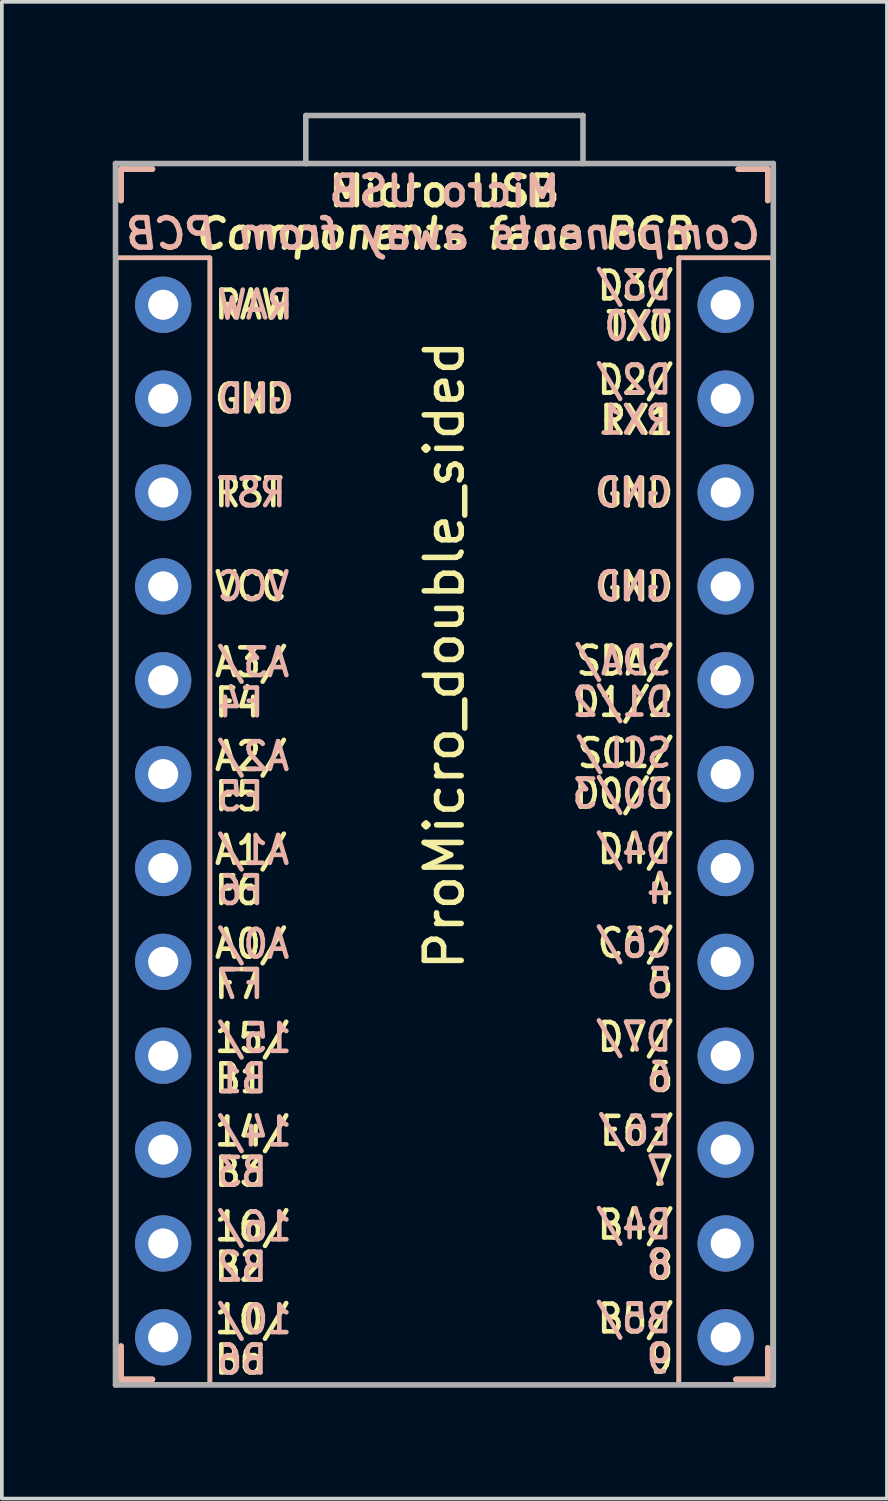
<source format=kicad_pcb>
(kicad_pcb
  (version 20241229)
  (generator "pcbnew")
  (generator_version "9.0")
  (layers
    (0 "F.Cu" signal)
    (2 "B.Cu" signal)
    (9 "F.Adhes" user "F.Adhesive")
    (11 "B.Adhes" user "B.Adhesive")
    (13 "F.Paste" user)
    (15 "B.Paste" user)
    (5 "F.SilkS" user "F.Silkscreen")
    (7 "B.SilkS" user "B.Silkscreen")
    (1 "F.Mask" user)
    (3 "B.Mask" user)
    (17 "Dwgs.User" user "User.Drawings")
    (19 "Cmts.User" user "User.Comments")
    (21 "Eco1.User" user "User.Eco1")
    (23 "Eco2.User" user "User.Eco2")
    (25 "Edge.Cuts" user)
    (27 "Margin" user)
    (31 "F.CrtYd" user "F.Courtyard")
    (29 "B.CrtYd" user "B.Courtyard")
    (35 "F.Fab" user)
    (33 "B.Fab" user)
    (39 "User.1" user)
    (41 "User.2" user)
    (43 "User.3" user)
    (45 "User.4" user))
  (footprint "ProMicro_double_sided"
    (layer "F.Cu")
    (at 8.975 19.675)
    (property "Reference" "ProMicro_double_sided" (at 0 -5 90) (layer "F.SilkS") (effects (font (size 1 1) (thickness 0.15))))
    (fp_line (start -8.89 -15.748) (end -6.35 -15.748) (stroke (width 0.12) (type solid)) (layer "F.SilkS"))
    (fp_line (start -8.89 14.732) (end -6.35 14.732) (stroke (width 0.12) (type solid)) (layer "F.SilkS"))
    (fp_line (start -8.881 -15.748) (end -8.881 14.732) (stroke (width 0.12) (type solid)) (layer "F.SilkS"))
    (fp_line (start -8.75 -18.15) (end -8.75 -17.3) (stroke (width 0.15) (type solid)) (layer "F.SilkS"))
    (fp_line (start -8.75 -18.15) (end -7.9 -18.15) (stroke (width 0.15) (type solid)) (layer "F.SilkS"))
    (fp_line (start -8.75 13.7) (end -8.75 14.6) (stroke (width 0.15) (type solid)) (layer "F.SilkS"))
    (fp_line (start -8.75 14.6) (end -7.9 14.6) (stroke (width 0.15) (type solid)) (layer "F.SilkS"))
    (fp_line (start -6.35 -15.748) (end -6.35 14.732) (stroke (width 0.12) (type solid)) (layer "F.SilkS"))
    (fp_line (start 6.339 -15.748) (end 6.339 14.732) (stroke (width 0.12) (type solid)) (layer "F.SilkS"))
    (fp_line (start 6.35 -15.748) (end 8.89 -15.748) (stroke (width 0.12) (type solid)) (layer "F.SilkS"))
    (fp_line (start 6.35 14.732) (end 8.89 14.732) (stroke (width 0.12) (type solid)) (layer "F.SilkS"))
    (fp_line (start 8.75 -18.15) (end 7.95 -18.15) (stroke (width 0.15) (type solid)) (layer "F.SilkS"))
    (fp_line (start 8.75 -18.15) (end 8.75 -17.3) (stroke (width 0.15) (type solid)) (layer "F.SilkS"))
    (fp_line (start 8.75 13.75) (end 8.75 14.6) (stroke (width 0.15) (type solid)) (layer "F.SilkS"))
    (fp_line (start 8.75 14.6) (end 7.89 14.6) (stroke (width 0.15) (type solid)) (layer "F.SilkS"))
    (fp_line (start 8.89 -15.748) (end 8.89 14.732) (stroke (width 0.12) (type solid)) (layer "F.SilkS"))
    (fp_line (start -8.89 -15.748) (end -8.89 14.732) (stroke (width 0.12) (type solid)) (layer "B.SilkS"))
    (fp_line (start -8.75 -18.15) (end -8.75 -17.3) (stroke (width 0.15) (type solid)) (layer "B.SilkS"))
    (fp_line (start -8.75 -18.15) (end -7.9 -18.15) (stroke (width 0.15) (type solid)) (layer "B.SilkS"))
    (fp_line (start -8.75 13.7) (end -8.75 14.6) (stroke (width 0.15) (type solid)) (layer "B.SilkS"))
    (fp_line (start -8.75 14.6) (end -7.9 14.6) (stroke (width 0.15) (type solid)) (layer "B.SilkS"))
    (fp_line (start -6.35 -15.748) (end -8.89 -15.748) (stroke (width 0.12) (type solid)) (layer "B.SilkS"))
    (fp_line (start -6.35 14.732) (end -8.89 14.732) (stroke (width 0.12) (type solid)) (layer "B.SilkS"))
    (fp_line (start -6.339 -15.748) (end -6.339 14.732) (stroke (width 0.12) (type solid)) (layer "B.SilkS"))
    (fp_line (start 6.35 -15.748) (end 6.35 14.732) (stroke (width 0.12) (type solid)) (layer "B.SilkS"))
    (fp_line (start 8.75 -18.15) (end 7.95 -18.15) (stroke (width 0.15) (type solid)) (layer "B.SilkS"))
    (fp_line (start 8.75 -18.15) (end 8.75 -17.3) (stroke (width 0.15) (type solid)) (layer "B.SilkS"))
    (fp_line (start 8.75 13.75) (end 8.75 14.6) (stroke (width 0.15) (type solid)) (layer "B.SilkS"))
    (fp_line (start 8.75 14.6) (end 7.89 14.6) (stroke (width 0.15) (type solid)) (layer "B.SilkS"))
    (fp_line (start 8.881 -15.748) (end 8.881 14.732) (stroke (width 0.12) (type solid)) (layer "B.SilkS"))
    (fp_line (start 8.89 -15.748) (end 6.35 -15.748) (stroke (width 0.12) (type solid)) (layer "B.SilkS"))
    (fp_line (start 8.89 14.732) (end 6.35 14.732) (stroke (width 0.12) (type solid)) (layer "B.SilkS"))
    (fp_line (start -8.9 -18.3) (end -3.75 -18.3) (stroke (width 0.15) (type solid)) (layer "F.Fab"))
    (fp_line (start -8.9 14.75) (end -8.9 -18.3) (stroke (width 0.15) (type solid)) (layer "F.Fab"))
    (fp_line (start -3.75 -19.6) (end -3.75 -18.299) (stroke (width 0.15) (type solid)) (layer "F.Fab"))
    (fp_line (start -3.75 -19.6) (end 3.75 -19.6) (stroke (width 0.15) (type solid)) (layer "F.Fab"))
    (fp_line (start -3.75 -18.3) (end 3.75 -18.3) (stroke (width 0.15) (type solid)) (layer "F.Fab"))
    (fp_line (start 3.75 -19.6) (end 3.75 -18.3) (stroke (width 0.15) (type solid)) (layer "F.Fab"))
    (fp_line (start 3.76 -18.3) (end 8.9 -18.3) (stroke (width 0.15) (type solid)) (layer "F.Fab"))
    (fp_line (start 8.9 -18.3) (end 8.9 14.75) (stroke (width 0.15) (type solid)) (layer "F.Fab"))
    (fp_line (start 8.9 14.75) (end -8.9 14.75) (stroke (width 0.15) (type solid)) (layer "F.Fab"))
    (fp_text user "B4/" (at 4.082 10.418 0) (unlocked yes) (layer "F.SilkS") (effects (font (size 0.75 0.67) (thickness 0.125)) (justify left)))
    (fp_text user "VCC" (at -4.198 -6.858 0) (unlocked yes) (layer "F.SilkS") (effects (font (size 0.75 0.67) (thickness 0.125)) (justify right)))
    (fp_text user "GND" (at -4.07 -11.938 0) (unlocked yes) (layer "F.SilkS") (effects (font (size 0.75 0.67) (thickness 0.125)) (justify right)))
    (fp_text user "B3" (at -4.804 8.988 0) (unlocked yes) (layer "F.SilkS") (effects (font (size 0.75 0.67) (thickness 0.125)) (justify right)))
    (fp_text user "14/" (at -4.134 7.9 0) (unlocked yes) (layer "F.SilkS") (effects (font (size 0.75 0.67) (thickness 0.125)) (justify right)))
    (fp_text user "D2/" (at 4.082 -12.442 0) (unlocked yes) (layer "F.SilkS") (effects (font (size 0.75 0.67) (thickness 0.125)) (justify left)))
    (fp_text user "E6/" (at 4.146 7.878 0) (unlocked yes) (layer "F.SilkS") (effects (font (size 0.75 0.67) (thickness 0.125)) (justify left)))
    (fp_text user "B2" (at -4.804 11.556 0) (unlocked yes) (layer "F.SilkS") (effects (font (size 0.75 0.67) (thickness 0.125)) (justify right)))
    (fp_text user "10/" (at -4.134 12.98 0) (unlocked yes) (layer "F.SilkS") (effects (font (size 0.75 0.67) (thickness 0.125)) (justify right)))
    (fp_text user "GND" (at 4.05 -6.85 0) (unlocked yes) (layer "F.SilkS") (effects (font (size 0.75 0.67) (thickness 0.125)) (justify left)))
    (fp_text user "F6" (at -4.9 1.368 0) (unlocked yes) (layer "F.SilkS") (effects (font (size 0.75 0.67) (thickness 0.125)) (justify right)))
    (fp_text user "A2/" (at -4.198 -2.26 0) (unlocked yes) (layer "F.SilkS") (effects (font (size 0.75 0.67) (thickness 0.125)) (justify right)))
    (fp_text user "6" (at 5.454 6.426 0) (unlocked yes) (layer "F.SilkS") (effects (font (size 0.75 0.67) (thickness 0.125)) (justify left)))
    (fp_text user "4" (at 5.454 1.346 0) (unlocked yes) (layer "F.SilkS") (effects (font (size 0.75 0.67) (thickness 0.125)) (justify left)))
    (fp_text user "D1/2" (at 3.444 -3.724 0) (unlocked yes) (layer "F.SilkS") (effects (font (size 0.75 0.67) (thickness 0.125)) (justify left)))
    (fp_text user "D7/" (at 4.082 5.338 0) (unlocked yes) (layer "F.SilkS") (effects (font (size 0.75 0.67) (thickness 0.125)) (justify left)))
    (fp_text user "Micro USB" (at 0 -17.55 0) (unlocked yes) (layer "F.SilkS") (effects (font (size 0.8 0.8) (thickness 0.15))))
    (fp_text user "15/" (at -4.134 5.368 0) (unlocked yes) (layer "F.SilkS") (effects (font (size 0.75 0.67) (thickness 0.125)) (justify right)))
    (fp_text user "7" (at 5.454 8.966 0) (unlocked yes) (layer "F.SilkS") (effects (font (size 0.75 0.67) (thickness 0.125)) (justify left)))
    (fp_text user "D0/3" (at 3.444 -1.242 0) (unlocked yes) (layer "F.SilkS") (effects (font (size 0.75 0.67) (thickness 0.125)) (justify left)))
    (fp_text user "GND" (at 4.05 -9.39 0) (unlocked yes) (layer "F.SilkS") (effects (font (size 0.75 0.67) (thickness 0.125)) (justify left)))
    (fp_text user "8" (at 5.454 11.506 0) (unlocked yes) (layer "F.SilkS") (effects (font (size 0.75 0.67) (thickness 0.125)) (justify left)))
    (fp_text user "B1" (at -4.804 6.456 0) (unlocked yes) (layer "F.SilkS") (effects (font (size 0.75 0.67) (thickness 0.125)) (justify right)))
    (fp_text user "B6" (at -4.804 14.068 0) (unlocked yes) (layer "F.SilkS") (effects (font (size 0.75 0.67) (thickness 0.125)) (justify right)))
    (fp_text user "SDA/" (at 3.508 -4.842 0) (unlocked yes) (layer "F.SilkS") (effects (font (size 0.75 0.67) (thickness 0.125)) (justify left)))
    (fp_text user "16/" (at -4.134 10.468 0) (unlocked yes) (layer "F.SilkS") (effects (font (size 0.75 0.67) (thickness 0.125)) (justify right)))
    (fp_text user "RX1" (at 4.146 -11.354 0) (unlocked yes) (layer "F.SilkS") (effects (font (size 0.75 0.67) (thickness 0.125)) (justify left)))
    (fp_text user "RST" (at -4.294 -9.398 0) (unlocked yes) (layer "F.SilkS") (effects (font (size 0.75 0.67) (thickness 0.125)) (justify right)))
    (fp_text user "TX0" (at 4.305 -13.892 0) (unlocked yes) (layer "F.SilkS") (effects (font (size 0.75 0.67) (thickness 0.125)) (justify left)))
    (fp_text user "D4/" (at 4.082 0.258 0) (unlocked yes) (layer "F.SilkS") (effects (font (size 0.75 0.67) (thickness 0.125)) (justify left)))
    (fp_text user "A0/" (at -4.198 2.82 0) (unlocked yes) (layer "F.SilkS") (effects (font (size 0.75 0.67) (thickness 0.125)) (justify right)))
    (fp_text user "F5" (at -4.9 -1.172 0) (unlocked yes) (layer "F.SilkS") (effects (font (size 0.75 0.67) (thickness 0.125)) (justify right)))
    (fp_text user "Components face PCB" (at 0 -16.4 0) (unlocked yes) (layer "F.SilkS") (effects (font (size 0.8 0.8) (thickness 0.15) (italic yes))))
    (fp_text user "D3/" (at 4.082 -14.992 0) (unlocked yes) (layer "F.SilkS") (effects (font (size 0.75 0.67) (thickness 0.125)) (justify left)))
    (fp_text user "5" (at 5.454 3.886 0) (unlocked yes) (layer "F.SilkS") (effects (font (size 0.75 0.67) (thickness 0.125)) (justify left)))
    (fp_text user "C6/" (at 4.082 2.798 0) (unlocked yes) (layer "F.SilkS") (effects (font (size 0.75 0.67) (thickness 0.125)) (justify left)))
    (fp_text user "F4" (at -4.9 -3.712 0) (unlocked yes) (layer "F.SilkS") (effects (font (size 0.75 0.67) (thickness 0.125)) (justify right)))
    (fp_text user "B5/" (at 4.082 12.958 0) (unlocked yes) (layer "F.SilkS") (effects (font (size 0.75 0.67) (thickness 0.125)) (justify left)))
    (fp_text user "RAW" (at -4.102 -14.478 0) (unlocked yes) (layer "F.SilkS") (effects (font (size 0.75 0.67) (thickness 0.125)) (justify right)))
    (fp_text user "A1/" (at -4.198 0.28 0) (unlocked yes) (layer "F.SilkS") (effects (font (size 0.75 0.67) (thickness 0.125)) (justify right)))
    (fp_text user "9" (at 5.454 14.046 0) (unlocked yes) (layer "F.SilkS") (effects (font (size 0.75 0.67) (thickness 0.125)) (justify left)))
    (fp_text user "A3/" (at -4.198 -4.8 0) (unlocked yes) (layer "F.SilkS") (effects (font (size 0.75 0.67) (thickness 0.125)) (justify right)))
    (fp_text user "F7" (at -4.9 3.908 0) (unlocked yes) (layer "F.SilkS") (effects (font (size 0.75 0.67) (thickness 0.125)) (justify right)))
    (fp_text user "SCL/" (at 3.54 -2.342 0) (unlocked yes) (layer "F.SilkS") (effects (font (size 0.75 0.67) (thickness 0.125)) (justify left)))
    (fp_text user "D7/" (at 6.211 5.33 0) (unlocked yes) (layer "B.SilkS") (effects (font (size 0.75 0.67) (thickness 0.125)) (justify left mirror)))
    (fp_text user "6" (at 6.211 6.418 0) (unlocked yes) (layer "B.SilkS") (effects (font (size 0.75 0.67) (thickness 0.125)) (justify left mirror)))
    (fp_text user "Components away from PCB" (at 0 -16.4 0) (unlocked yes) (layer "B.SilkS") (effects (font (size 0.8 0.8) (thickness 0.15) (italic yes)) (justify mirror)))
    (fp_text user "15/" (at -6.209 5.368 0) (unlocked yes) (layer "B.SilkS") (effects (font (size 0.75 0.67) (thickness 0.125)) (justify right mirror)))
    (fp_text user "5" (at 6.211 3.878 0) (unlocked yes) (layer "B.SilkS") (effects (font (size 0.75 0.67) (thickness 0.125)) (justify left mirror)))
    (fp_text user "A1/" (at -6.209 0.28 0) (unlocked yes) (layer "B.SilkS") (effects (font (size 0.75 0.67) (thickness 0.125)) (justify right mirror)))
    (fp_text user "D3/" (at 6.211 -15 0) (unlocked yes) (layer "B.SilkS") (effects (font (size 0.75 0.67) (thickness 0.125)) (justify left mirror)))
    (fp_text user "TX0" (at 6.211 -13.9 0) (unlocked yes) (layer "B.SilkS") (effects (font (size 0.75 0.67) (thickness 0.125)) (justify left mirror)))
    (fp_text user "B4/" (at 6.211 10.41 0) (unlocked yes) (layer "B.SilkS") (effects (font (size 0.75 0.67) (thickness 0.125)) (justify left mirror)))
    (fp_text user "SDA/" (at 6.211 -4.85 0) (unlocked yes) (layer "B.SilkS") (effects (font (size 0.75 0.67) (thickness 0.125)) (justify left mirror)))
    (fp_text user "B6" (at -6.209 14.068 0) (unlocked yes) (layer "B.SilkS") (effects (font (size 0.75 0.67) (thickness 0.125)) (justify right mirror)))
    (fp_text user "B1" (at -6.209 6.456 0) (unlocked yes) (layer "B.SilkS") (effects (font (size 0.75 0.67) (thickness 0.125)) (justify right mirror)))
    (fp_text user "GND" (at 6.211 -6.858 0) (unlocked yes) (layer "B.SilkS") (effects (font (size 0.75 0.67) (thickness 0.125)) (justify left mirror)))
    (fp_text user "GND" (at 6.211 -9.398 0) (unlocked yes) (layer "B.SilkS") (effects (font (size 0.75 0.67) (thickness 0.125)) (justify left mirror)))
    (fp_text user "B3" (at -6.209 8.988 0) (unlocked yes) (layer "B.SilkS") (effects (font (size 0.75 0.67) (thickness 0.125)) (justify right mirror)))
    (fp_text user "RST" (at -6.209 -9.398 0) (unlocked yes) (layer "B.SilkS") (effects (font (size 0.75 0.67) (thickness 0.125)) (justify right mirror)))
    (fp_text user "F5" (at -6.209 -1.172 0) (unlocked yes) (layer "B.SilkS") (effects (font (size 0.75 0.67) (thickness 0.125)) (justify right mirror)))
    (fp_text user "F7" (at -6.209 3.908 0) (unlocked yes) (layer "B.SilkS") (effects (font (size 0.75 0.67) (thickness 0.125)) (justify right mirror)))
    (fp_text user "E6/" (at 6.211 7.87 0) (unlocked yes) (layer "B.SilkS") (effects (font (size 0.75 0.67) (thickness 0.125)) (justify left mirror)))
    (fp_text user "Micro USB" (at 0 -17.55 0) (unlocked yes) (layer "B.SilkS") (effects (font (size 0.8 0.8) (thickness 0.15)) (justify mirror)))
    (fp_text user "F4" (at -6.209 -3.712 0) (unlocked yes) (layer "B.SilkS") (effects (font (size 0.75 0.67) (thickness 0.125)) (justify right mirror)))
    (fp_text user "F6" (at -6.209 1.368 0) (unlocked yes) (layer "B.SilkS") (effects (font (size 0.75 0.67) (thickness 0.125)) (justify right mirror)))
    (fp_text user "VCC" (at -6.209 -6.858 0) (unlocked yes) (layer "B.SilkS") (effects (font (size 0.75 0.67) (thickness 0.125)) (justify right mirror)))
    (fp_text user "RAW" (at -6.209 -14.478 0) (unlocked yes) (layer "B.SilkS") (effects (font (size 0.75 0.67) (thickness 0.125)) (justify right mirror)))
    (fp_text user "A3/" (at -6.209 -4.8 0) (unlocked yes) (layer "B.SilkS") (effects (font (size 0.75 0.67) (thickness 0.125)) (justify right mirror)))
    (fp_text user "9" (at 6.211 14.038 0) (unlocked yes) (layer "B.SilkS") (effects (font (size 0.75 0.67) (thickness 0.125)) (justify left mirror)))
    (fp_text user "4" (at 6.211 1.338 0) (unlocked yes) (layer "B.SilkS") (effects (font (size 0.75 0.67) (thickness 0.125)) (justify left mirror)))
    (fp_text user "B5/" (at 6.211 12.95 0) (unlocked yes) (layer "B.SilkS") (effects (font (size 0.75 0.67) (thickness 0.125)) (justify left mirror)))
    (fp_text user "16/" (at -6.209 10.468 0) (unlocked yes) (layer "B.SilkS") (effects (font (size 0.75 0.67) (thickness 0.125)) (justify right mirror)))
    (fp_text user "14/" (at -6.209 7.9 0) (unlocked yes) (layer "B.SilkS") (effects (font (size 0.75 0.67) (thickness 0.125)) (justify right mirror)))
    (fp_text user "8" (at 6.211 11.498 0) (unlocked yes) (layer "B.SilkS") (effects (font (size 0.75 0.67) (thickness 0.125)) (justify left mirror)))
    (fp_text user "10/" (at -6.209 12.98 0) (unlocked yes) (layer "B.SilkS") (effects (font (size 0.75 0.67) (thickness 0.125)) (justify right mirror)))
    (fp_text user "D0/3" (at 6.211 -1.25 0) (unlocked yes) (layer "B.SilkS") (effects (font (size 0.75 0.67) (thickness 0.125)) (justify left mirror)))
    (fp_text user "RX1" (at 6.211 -11.362 0) (unlocked yes) (layer "B.SilkS") (effects (font (size 0.75 0.67) (thickness 0.125)) (justify left mirror)))
    (fp_text user "C6/" (at 6.211 2.79 0) (unlocked yes) (layer "B.SilkS") (effects (font (size 0.75 0.67) (thickness 0.125)) (justify left mirror)))
    (fp_text user "SCL/" (at 6.211 -2.35 0) (unlocked yes) (layer "B.SilkS") (effects (font (size 0.75 0.67) (thickness 0.125)) (justify left mirror)))
    (fp_text user "D4/" (at 6.211 0.25 0) (unlocked yes) (layer "B.SilkS") (effects (font (size 0.75 0.67) (thickness 0.125)) (justify left mirror)))
    (fp_text user "A0/" (at -6.209 2.82 0) (unlocked yes) (layer "B.SilkS") (effects (font (size 0.75 0.67) (thickness 0.125)) (justify right mirror)))
    (fp_text user "B2" (at -6.209 11.556 0) (unlocked yes) (layer "B.SilkS") (effects (font (size 0.75 0.67) (thickness 0.125)) (justify right mirror)))
    (fp_text user "A2/" (at -6.209 -2.26 0) (unlocked yes) (layer "B.SilkS") (effects (font (size 0.75 0.67) (thickness 0.125)) (justify right mirror)))
    (fp_text user "7" (at 6.211 8.958 0) (unlocked yes) (layer "B.SilkS") (effects (font (size 0.75 0.67) (thickness 0.125)) (justify left mirror)))
    (fp_text user "D1/2" (at 6.211 -3.732 0) (unlocked yes) (layer "B.SilkS") (effects (font (size 0.75 0.67) (thickness 0.125)) (justify left mirror)))
    (fp_text user "D2/" (at 6.211 -12.45 0) (unlocked yes) (layer "B.SilkS") (effects (font (size 0.75 0.67) (thickness 0.125)) (justify left mirror)))
    (fp_text user "GND" (at -6.209 -11.938 0) (unlocked yes) (layer "B.SilkS") (effects (font (size 0.75 0.67) (thickness 0.125)) (justify right mirror)))
    (pad "1" thru_hole circle (at 7.611 -14.478) (size 1.524 1.524) (drill 0.813) (layers "*.Cu" "*.Mask"))
    (pad "2" thru_hole circle (at 7.611 -11.938) (size 1.524 1.524) (drill 0.813) (layers "*.Cu" "*.Mask"))
    (pad "3" thru_hole circle (at 7.611 -9.398) (size 1.524 1.524) (drill 0.813) (layers "*.Cu" "*.Mask"))
    (pad "4" thru_hole circle (at 7.611 -6.858) (size 1.524 1.524) (drill 0.813) (layers "*.Cu" "*.Mask"))
    (pad "5" thru_hole circle (at 7.611 -4.318) (size 1.524 1.524) (drill 0.813) (layers "*.Cu" "*.Mask"))
    (pad "6" thru_hole circle (at 7.611 -1.778) (size 1.524 1.524) (drill 0.813) (layers "*.Cu" "*.Mask"))
    (pad "7" thru_hole circle (at 7.611 0.762) (size 1.524 1.524) (drill 0.813) (layers "*.Cu" "*.Mask"))
    (pad "8" thru_hole circle (at 7.611 3.302) (size 1.524 1.524) (drill 0.813) (layers "*.Cu" "*.Mask"))
    (pad "9" thru_hole circle (at 7.611 5.842) (size 1.524 1.524) (drill 0.813) (layers "*.Cu" "*.Mask"))
    (pad "10" thru_hole circle (at 7.611 8.382) (size 1.524 1.524) (drill 0.813) (layers "*.Cu" "*.Mask"))
    (pad "11" thru_hole circle (at 7.611 10.922) (size 1.524 1.524) (drill 0.813) (layers "*.Cu" "*.Mask"))
    (pad "12" thru_hole circle (at 7.611 13.462) (size 1.524 1.524) (drill 0.813) (layers "*.Cu" "*.Mask"))
    (pad "13" thru_hole circle (at -7.609 13.462) (size 1.524 1.524) (drill 0.813) (layers "*.Cu" "*.Mask"))
    (pad "14" thru_hole circle (at -7.609 10.922) (size 1.524 1.524) (drill 0.813) (layers "*.Cu" "*.Mask"))
    (pad "15" thru_hole circle (at -7.609 8.382) (size 1.524 1.524) (drill 0.813) (layers "*.Cu" "*.Mask"))
    (pad "16" thru_hole circle (at -7.609 5.842) (size 1.524 1.524) (drill 0.813) (layers "*.Cu" "*.Mask"))
    (pad "17" thru_hole circle (at -7.609 3.302) (size 1.524 1.524) (drill 0.813) (layers "*.Cu" "*.Mask"))
    (pad "18" thru_hole circle (at -7.609 0.762) (size 1.524 1.524) (drill 0.813) (layers "*.Cu" "*.Mask"))
    (pad "19" thru_hole circle (at -7.609 -1.778) (size 1.524 1.524) (drill 0.813) (layers "*.Cu" "*.Mask"))
    (pad "20" thru_hole circle (at -7.609 -4.318) (size 1.524 1.524) (drill 0.813) (layers "*.Cu" "*.Mask"))
    (pad "21" thru_hole circle (at -7.609 -6.858) (size 1.524 1.524) (drill 0.813) (layers "*.Cu" "*.Mask"))
    (pad "22" thru_hole circle (at -7.609 -9.398) (size 1.524 1.524) (drill 0.813) (layers "*.Cu" "*.Mask"))
    (pad "23" thru_hole circle (at -7.609 -11.938) (size 1.524 1.524) (drill 0.813) (layers "*.Cu" "*.Mask"))
    (pad "24" thru_hole circle (at -7.609 -14.478) (size 1.524 1.524) (drill 0.813) (layers "*.Cu" "*.Mask")))
  (gr_rect
    (start -3 -3)
    (end 20.95 37.5)
    (stroke (width 0.1) (type default))
    (fill no)
    (layer "Edge.Cuts")))
</source>
